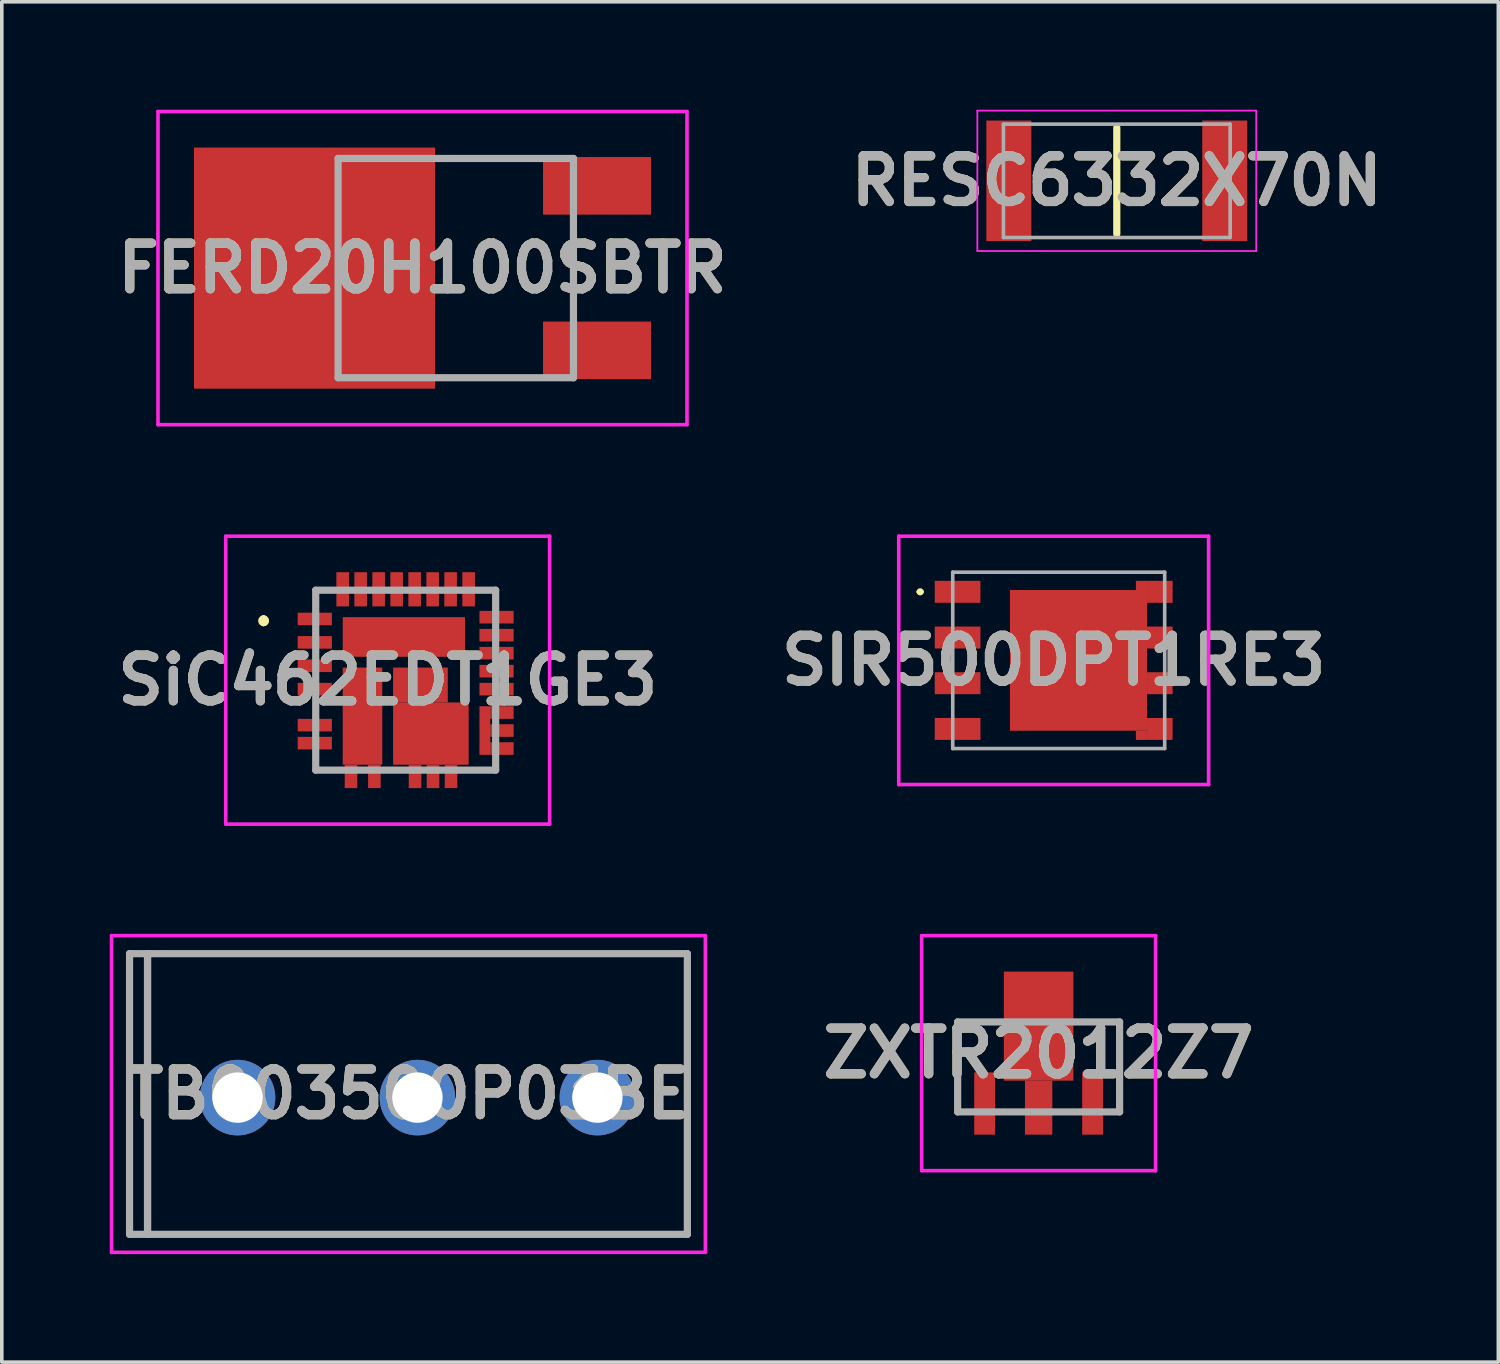
<source format=kicad_pcb>
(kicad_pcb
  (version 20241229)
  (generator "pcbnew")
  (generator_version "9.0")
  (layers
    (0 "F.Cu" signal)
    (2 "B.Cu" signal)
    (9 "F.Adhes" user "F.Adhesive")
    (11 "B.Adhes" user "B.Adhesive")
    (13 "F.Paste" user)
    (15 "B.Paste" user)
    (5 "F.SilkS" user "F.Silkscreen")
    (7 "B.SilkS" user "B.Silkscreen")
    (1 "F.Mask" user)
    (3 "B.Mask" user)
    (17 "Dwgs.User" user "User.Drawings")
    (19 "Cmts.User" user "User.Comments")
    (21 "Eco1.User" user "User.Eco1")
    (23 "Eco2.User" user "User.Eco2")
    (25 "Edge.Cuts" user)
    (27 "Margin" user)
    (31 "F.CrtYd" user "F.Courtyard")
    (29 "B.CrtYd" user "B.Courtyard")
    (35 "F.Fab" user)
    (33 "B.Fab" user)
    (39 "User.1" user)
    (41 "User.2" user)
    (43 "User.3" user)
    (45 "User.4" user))
  (footprint "TB003500P03BE"
    (layer "F.Cu")
    (at 3.55 27.45)
    (property "Reference" "TB003500P03BE" (at 4.75 -0.1 0) (layer "F.SilkS") (effects (font (size 1.27 1.27) (thickness 0.254))))
    (attr through_hole)
    (fp_line (start -2.5 -4) (end 12.5 -4) (stroke (width 0.1) (type solid)) (layer "F.SilkS"))
    (fp_line (start -2.5 3.8) (end -2.5 -4) (stroke (width 0.1) (type solid)) (layer "F.SilkS"))
    (fp_line (start 12.5 -4) (end 12.5 3.8) (stroke (width 0.1) (type solid)) (layer "F.SilkS"))
    (fp_line (start 12.5 3.8) (end -2.5 3.8) (stroke (width 0.1) (type solid)) (layer "F.SilkS"))
    (fp_line (start -3.5 -4.5) (end 13 -4.5) (stroke (width 0.1) (type solid)) (layer "F.CrtYd"))
    (fp_line (start -3.5 4.3) (end -3.5 -4.5) (stroke (width 0.1) (type solid)) (layer "F.CrtYd"))
    (fp_line (start 13 -4.5) (end 13 4.3) (stroke (width 0.1) (type solid)) (layer "F.CrtYd"))
    (fp_line (start 13 4.3) (end -3.5 4.3) (stroke (width 0.1) (type solid)) (layer "F.CrtYd"))
    (fp_line (start -3 -4) (end -3 3.8) (stroke (width 0.2) (type solid)) (layer "F.Fab"))
    (fp_line (start -3 3.8) (end -2.5 3.8) (stroke (width 0.2) (type solid)) (layer "F.Fab"))
    (fp_line (start -2.5 -4) (end -3 -4) (stroke (width 0.2) (type solid)) (layer "F.Fab"))
    (fp_line (start -2.5 -4) (end 12.5 -4) (stroke (width 0.2) (type solid)) (layer "F.Fab"))
    (fp_line (start -2.5 3.8) (end -2.5 -4) (stroke (width 0.2) (type solid)) (layer "F.Fab"))
    (fp_line (start -2.5 3.8) (end -2.5 -4) (stroke (width 0.2) (type solid)) (layer "F.Fab"))
    (fp_line (start 12.5 -4) (end 12.5 3.8) (stroke (width 0.2) (type solid)) (layer "F.Fab"))
    (fp_line (start 12.5 3.8) (end -2.5 3.8) (stroke (width 0.2) (type solid)) (layer "F.Fab"))
    (fp_text user "${REFERENCE}" (at 4.75 -0.1 0) (layer "F.Fab") (effects (font (size 1.27 1.27) (thickness 0.254))))
    (pad "1" thru_hole circle (at 0 0) (size 2.1 2.1) (drill 1.4) (layers "*.Cu" "*.Mask"))
    (pad "2" thru_hole circle (at 5 0) (size 2.1 2.1) (drill 1.4) (layers "*.Cu" "*.Mask"))
    (pad "3" thru_hole circle (at 10 0) (size 2.1 2.1) (drill 1.4) (layers "*.Cu" "*.Mask")))
  (footprint "SIR500DPT1RE3"
    (layer "F.Cu")
    (at 26.369 15.3)
    (property "Reference" "SIR500DPT1RE3" (at -0.14 0 0) (layer "F.SilkS") (effects (font (size 1.27 1.27) (thickness 0.254))))
    (attr smd)
    (fp_line (start -3.9 -1.905) (end -3.9 -1.905) (stroke (width 0.1) (type solid)) (layer "F.SilkS"))
    (fp_line (start -3.8 -1.905) (end -3.8 -1.905) (stroke (width 0.1) (type solid)) (layer "F.SilkS"))
    (fp_arc (start -3.9 -1.905) (mid -3.85 -1.955) (end -3.8 -1.905) (stroke (width 0.1) (type solid)) (layer "F.SilkS"))
    (fp_arc (start -3.8 -1.905) (mid -3.85 -1.855) (end -3.9 -1.905) (stroke (width 0.1) (type solid)) (layer "F.SilkS"))
    (fp_line (start -4.445 -3.45) (end 4.165 -3.45) (stroke (width 0.1) (type solid)) (layer "F.CrtYd"))
    (fp_line (start -4.445 3.45) (end -4.445 -3.45) (stroke (width 0.1) (type solid)) (layer "F.CrtYd"))
    (fp_line (start 4.165 -3.45) (end 4.165 3.45) (stroke (width 0.1) (type solid)) (layer "F.CrtYd"))
    (fp_line (start 4.165 3.45) (end -4.445 3.45) (stroke (width 0.1) (type solid)) (layer "F.CrtYd"))
    (fp_line (start -2.945 -2.45) (end 2.945 -2.45) (stroke (width 0.1) (type solid)) (layer "F.Fab"))
    (fp_line (start -2.945 2.45) (end -2.945 -2.45) (stroke (width 0.1) (type solid)) (layer "F.Fab"))
    (fp_line (start 2.945 -2.45) (end 2.945 2.45) (stroke (width 0.1) (type solid)) (layer "F.Fab"))
    (fp_line (start 2.945 2.45) (end -2.945 2.45) (stroke (width 0.1) (type solid)) (layer "F.Fab"))
    (fp_text user "${REFERENCE}" (at -0.14 0 0) (layer "F.Fab") (effects (font (size 1.27 1.27) (thickness 0.254))))
    (pad "1" smd rect (at -2.81 -1.905 90) (size 0.61 1.27) (layers "F.Cu" "F.Mask" "F.Paste"))
    (pad "2" smd rect (at -2.81 -0.635 90) (size 0.61 1.27) (layers "F.Cu" "F.Mask" "F.Paste"))
    (pad "3" smd rect (at -2.81 0.635 90) (size 0.61 1.27) (layers "F.Cu" "F.Mask" "F.Paste"))
    (pad "4" smd rect (at -2.81 1.905 90) (size 0.61 1.27) (layers "F.Cu" "F.Mask" "F.Paste"))
    (pad "5" smd rect (at 2.81 1.905 90) (size 0.61 0.71) (layers "F.Cu" "F.Mask" "F.Paste"))
    (pad "6" smd rect (at 2.81 0.635 90) (size 0.61 0.71) (layers "F.Cu" "F.Mask" "F.Paste"))
    (pad "7" smd rect (at 2.81 -0.635 90) (size 0.61 0.71) (layers "F.Cu" "F.Mask" "F.Paste"))
    (pad "8" smd rect (at 2.81 -1.905 90) (size 0.61 0.71) (layers "F.Cu" "F.Mask" "F.Paste"))
    (pad "9" smd rect (at 0.55 0) (size 3.81 3.91) (layers "F.Cu" "F.Mask" "F.Paste"))
    (pad "10" smd rect (at 2.3 2.083 90) (size 0.255 0.31) (layers "F.Cu" "F.Mask" "F.Paste"))
    (pad "11" smd rect (at 2.3 -2.083 90) (size 0.255 0.31) (layers "F.Cu" "F.Mask" "F.Paste")))
  (footprint "FERD20H100SBTR"
    (layer "F.Cu")
    (at 9.615 4.4)
    (property "Reference" "FERD20H100SBTR" (at -0.925 0 0) (layer "F.SilkS") (effects (font (size 1.27 1.27) (thickness 0.254))))
    (attr smd)
    (fp_line (start -0.4 -3.047) (end 2.2 -3.047) (stroke (width 0.1) (type solid)) (layer "F.SilkS"))
    (fp_line (start -0.4 3.047) (end 2.2 3.047) (stroke (width 0.1) (type solid)) (layer "F.SilkS"))
    (fp_line (start 3.27 -1.25) (end 3.27 1.25) (stroke (width 0.1) (type solid)) (layer "F.SilkS"))
    (fp_line (start -8.275 -4.35) (end 6.425 -4.35) (stroke (width 0.1) (type solid)) (layer "F.CrtYd"))
    (fp_line (start -8.275 4.35) (end -8.275 -4.35) (stroke (width 0.1) (type solid)) (layer "F.CrtYd"))
    (fp_line (start 6.425 -4.35) (end 6.425 4.35) (stroke (width 0.1) (type solid)) (layer "F.CrtYd"))
    (fp_line (start 6.425 4.35) (end -8.275 4.35) (stroke (width 0.1) (type solid)) (layer "F.CrtYd"))
    (fp_line (start -3.27 -3.047) (end 3.27 -3.047) (stroke (width 0.2) (type solid)) (layer "F.Fab"))
    (fp_line (start -3.27 3.047) (end -3.27 -3.047) (stroke (width 0.2) (type solid)) (layer "F.Fab"))
    (fp_line (start 3.27 -3.047) (end 3.27 3.047) (stroke (width 0.2) (type solid)) (layer "F.Fab"))
    (fp_line (start 3.27 3.047) (end -3.27 3.047) (stroke (width 0.2) (type solid)) (layer "F.Fab"))
    (fp_text user "${REFERENCE}" (at -0.925 0 0) (layer "F.Fab") (effects (font (size 1.27 1.27) (thickness 0.254))))
    (pad "1" smd rect (at 3.925 2.286 90) (size 1.6 3) (layers "F.Cu" "F.Mask" "F.Paste"))
    (pad "2" smd rect (at -3.925 0 90) (size 6.7 6.7) (layers "F.Cu" "F.Mask" "F.Paste"))
    (pad "3" smd rect (at 3.925 -2.286 90) (size 1.6 3) (layers "F.Cu" "F.Mask" "F.Paste")))
  (footprint "ZXTR2012Z7"
    (layer "F.Cu")
    (at 25.811 26.597)
    (property "Reference" "ZXTR2012Z7" (at 0 -0.383 0) (layer "F.SilkS") (effects (font (size 1.27 1.27) (thickness 0.254))))
    (attr smd)
    (fp_line (start -2.25 -1.25) (end -2.25 1.2) (stroke (width 0.1) (type solid)) (layer "F.SilkS"))
    (fp_line (start -1.2 -1.25) (end -2.25 -1.25) (stroke (width 0.1) (type solid)) (layer "F.SilkS"))
    (fp_line (start 1.2 -1.25) (end 2.25 -1.25) (stroke (width 0.1) (type solid)) (layer "F.SilkS"))
    (fp_line (start 2.25 -1.25) (end 2.25 1.2) (stroke (width 0.1) (type solid)) (layer "F.SilkS"))
    (fp_line (start -3.25 -3.647) (end 3.25 -3.647) (stroke (width 0.1) (type solid)) (layer "F.CrtYd"))
    (fp_line (start -3.25 2.883) (end -3.25 -3.647) (stroke (width 0.1) (type solid)) (layer "F.CrtYd"))
    (fp_line (start 3.25 -3.647) (end 3.25 2.883) (stroke (width 0.1) (type solid)) (layer "F.CrtYd"))
    (fp_line (start 3.25 2.883) (end -3.25 2.883) (stroke (width 0.1) (type solid)) (layer "F.CrtYd"))
    (fp_line (start -2.25 -1.25) (end 2.25 -1.25) (stroke (width 0.2) (type solid)) (layer "F.Fab"))
    (fp_line (start -2.25 1.25) (end -2.25 -1.25) (stroke (width 0.2) (type solid)) (layer "F.Fab"))
    (fp_line (start 2.25 -1.25) (end 2.25 1.25) (stroke (width 0.2) (type solid)) (layer "F.Fab"))
    (fp_line (start 2.25 1.25) (end -2.25 1.25) (stroke (width 0.2) (type solid)) (layer "F.Fab"))
    (fp_text user "${REFERENCE}" (at 0 -0.383 0) (layer "F.Fab") (effects (font (size 1.27 1.27) (thickness 0.254))))
    (pad "1" smd rect (at -1.5 1.017) (size 0.58 1.73) (layers "F.Cu" "F.Mask" "F.Paste"))
    (pad "2" smd rect (at 0 1.132) (size 0.76 1.5) (layers "F.Cu" "F.Mask" "F.Paste"))
    (pad "3" smd rect (at 1.5 1.017) (size 0.58 1.73) (layers "F.Cu" "F.Mask" "F.Paste"))
    (pad "4" smd rect (at 0 -1.133) (size 1.933 3.03) (layers "F.Cu" "F.Mask" "F.Paste")))
  (footprint "SiC462EDT1GE3"
    (layer "F.Cu")
    (at 8.223 16.47)
    (property "Reference" "SiC462EDT1GE3" (at -0.5 -0.62 0) (layer "F.SilkS") (effects (font (size 1.27 1.27) (thickness 0.254))))
    (attr smd)
    (fp_line (start -3.95 -2.32) (end -3.95 -2.32) (stroke (width 0.2) (type solid)) (layer "F.SilkS"))
    (fp_line (start -3.95 -2.22) (end -3.95 -2.22) (stroke (width 0.2) (type solid)) (layer "F.SilkS"))
    (fp_line (start -3.95 -2.22) (end -3.95 -2.22) (stroke (width 0.2) (type solid)) (layer "F.SilkS"))
    (fp_arc (start -3.95 -2.32) (mid -3.9 -2.27) (end -3.95 -2.22) (stroke (width 0.2) (type solid)) (layer "F.SilkS"))
    (fp_arc (start -3.95 -2.32) (mid -3.9 -2.27) (end -3.95 -2.22) (stroke (width 0.2) (type solid)) (layer "F.SilkS"))
    (fp_arc (start -3.95 -2.22) (mid -4 -2.27) (end -3.95 -2.32) (stroke (width 0.2) (type solid)) (layer "F.SilkS"))
    (fp_line (start -5 -4.62) (end 4 -4.62) (stroke (width 0.1) (type solid)) (layer "F.CrtYd"))
    (fp_line (start -5 3.38) (end -5 -4.62) (stroke (width 0.1) (type solid)) (layer "F.CrtYd"))
    (fp_line (start 4 -4.62) (end 4 3.38) (stroke (width 0.1) (type solid)) (layer "F.CrtYd"))
    (fp_line (start 4 3.38) (end -5 3.38) (stroke (width 0.1) (type solid)) (layer "F.CrtYd"))
    (fp_line (start -2.5 -3.12) (end -2.5 1.88) (stroke (width 0.2) (type solid)) (layer "F.Fab"))
    (fp_line (start -2.5 1.88) (end 2.5 1.88) (stroke (width 0.2) (type solid)) (layer "F.Fab"))
    (fp_line (start 2.5 -3.12) (end -2.5 -3.12) (stroke (width 0.2) (type solid)) (layer "F.Fab"))
    (fp_line (start 2.5 1.88) (end 2.5 -3.12) (stroke (width 0.2) (type solid)) (layer "F.Fab"))
    (fp_text user "${REFERENCE}" (at -0.5 -0.62 0) (layer "F.Fab") (effects (font (size 1.27 1.27) (thickness 0.254))))
    (pad "1" smd rect (at -2.526 -2.32 90) (size 0.35 0.95) (layers "F.Cu" "F.Mask" "F.Paste"))
    (pad "2" smd rect (at -2.526 -1.67 90) (size 0.35 0.95) (layers "F.Cu" "F.Mask" "F.Paste"))
    (pad "3" smd rect (at -2.526 -1.02 90) (size 0.35 0.95) (layers "F.Cu" "F.Mask" "F.Paste"))
    (pad "4" smd rect (at -2.526 -0.37 90) (size 0.35 0.95) (layers "F.Cu" "F.Mask" "F.Paste"))
    (pad "5" smd rect (at -2.526 0.63 90) (size 0.35 0.95) (layers "F.Cu" "F.Mask" "F.Paste"))
    (pad "6" smd rect (at -2.526 1.13 90) (size 0.35 0.95) (layers "F.Cu" "F.Mask" "F.Paste"))
    (pad "7" smd rect (at -1.52 2.055) (size 0.35 0.65) (layers "F.Cu" "F.Mask" "F.Paste"))
    (pad "8" smd rect (at -0.87 2.055) (size 0.35 0.65) (layers "F.Cu" "F.Mask" "F.Paste"))
    (pad "9" smd rect (at 0.26 2.055) (size 0.35 0.65) (layers "F.Cu" "F.Mask" "F.Paste"))
    (pad "10" smd rect (at 0.76 2.055) (size 0.35 0.65) (layers "F.Cu" "F.Mask" "F.Paste"))
    (pad "11" smd rect (at 1.26 2.055) (size 0.35 0.65) (layers "F.Cu" "F.Mask" "F.Paste"))
    (pad "12" smd rect (at 2.675 1.28 90) (size 0.35 0.65) (layers "F.Cu" "F.Mask" "F.Paste"))
    (pad "13" smd rect (at 2.675 0.78 90) (size 0.35 0.65) (layers "F.Cu" "F.Mask" "F.Paste"))
    (pad "14" smd rect (at 2.675 0.28 90) (size 0.35 0.65) (layers "F.Cu" "F.Mask" "F.Paste"))
    (pad "15" smd rect (at 2.525 -0.37 90) (size 0.35 0.95) (layers "F.Cu" "F.Mask" "F.Paste"))
    (pad "16" smd rect (at 2.525 -0.87 90) (size 0.35 0.95) (layers "F.Cu" "F.Mask" "F.Paste"))
    (pad "17" smd rect (at 2.525 -1.37 90) (size 0.35 0.95) (layers "F.Cu" "F.Mask" "F.Paste"))
    (pad "18" smd rect (at 2.525 -1.87 90) (size 0.35 0.95) (layers "F.Cu" "F.Mask" "F.Paste"))
    (pad "19" smd rect (at 2.525 -2.37 90) (size 0.35 0.95) (layers "F.Cu" "F.Mask" "F.Paste"))
    (pad "20" smd rect (at 1.749 -3.145) (size 0.35 0.95) (layers "F.Cu" "F.Mask" "F.Paste"))
    (pad "21" smd rect (at 1.249 -3.145) (size 0.35 0.95) (layers "F.Cu" "F.Mask" "F.Paste"))
    (pad "22" smd rect (at 0.749 -3.145) (size 0.35 0.95) (layers "F.Cu" "F.Mask" "F.Paste"))
    (pad "23" smd rect (at 0.249 -3.145) (size 0.35 0.95) (layers "F.Cu" "F.Mask" "F.Paste"))
    (pad "24" smd rect (at -0.251 -3.145) (size 0.35 0.95) (layers "F.Cu" "F.Mask" "F.Paste"))
    (pad "25" smd rect (at -0.751 -3.145) (size 0.35 0.95) (layers "F.Cu" "F.Mask" "F.Paste"))
    (pad "26" smd rect (at -1.251 -3.145) (size 0.35 0.95) (layers "F.Cu" "F.Mask" "F.Paste"))
    (pad "27" smd rect (at -1.751 -3.145) (size 0.35 0.95) (layers "F.Cu" "F.Mask" "F.Paste"))
    (pad "28" smd rect (at -0.05 -1.82 90) (size 1.1 3.4) (layers "F.Cu" "F.Mask" "F.Paste"))
    (pad "29" smd rect (at -1.2 0.38) (size 1.1 2.7) (layers "F.Cu" "F.Mask" "F.Paste"))
    (pad "30" smd rect (at 0.7 0.865 90) (size 1.73 2.1) (layers "F.Cu" "F.Mask" "F.Paste"))
    (pad "31" smd rect (at 0.41 -0.485 90) (size 0.97 1.52) (layers "F.Cu" "F.Mask" "F.Paste"))
    (pad "32" smd rect (at 2.2 0.78) (size 0.3 1.35) (layers "F.Cu" "F.Mask" "F.Paste")))
  (footprint "RESC6332X70N"
    (layer "F.Cu")
    (at 27.983 1.975)
    (property "Reference" "RESC6332X70N" (at 0 0 0) (layer "F.SilkS") (effects (font (size 1.27 1.27) (thickness 0.254))))
    (attr smd)
    (fp_line (start 0 -1.475) (end 0 1.475) (stroke (width 0.2) (type solid)) (layer "F.SilkS"))
    (fp_line (start -3.875 -1.95) (end 3.875 -1.95) (stroke (width 0.05) (type solid)) (layer "F.CrtYd"))
    (fp_line (start -3.875 1.95) (end -3.875 -1.95) (stroke (width 0.05) (type solid)) (layer "F.CrtYd"))
    (fp_line (start 3.875 -1.95) (end 3.875 1.95) (stroke (width 0.05) (type solid)) (layer "F.CrtYd"))
    (fp_line (start 3.875 1.95) (end -3.875 1.95) (stroke (width 0.05) (type solid)) (layer "F.CrtYd"))
    (fp_line (start -3.15 -1.575) (end 3.15 -1.575) (stroke (width 0.1) (type solid)) (layer "F.Fab"))
    (fp_line (start -3.15 1.575) (end -3.15 -1.575) (stroke (width 0.1) (type solid)) (layer "F.Fab"))
    (fp_line (start 3.15 -1.575) (end 3.15 1.575) (stroke (width 0.1) (type solid)) (layer "F.Fab"))
    (fp_line (start 3.15 1.575) (end -3.15 1.575) (stroke (width 0.1) (type solid)) (layer "F.Fab"))
    (fp_text user "${REFERENCE}" (at 0 0 0) (layer "F.Fab") (effects (font (size 1.27 1.27) (thickness 0.254))))
    (pad "1" smd rect (at -3 0) (size 1.25 3.35) (layers "F.Cu" "F.Mask" "F.Paste"))
    (pad "2" smd rect (at 3 0) (size 1.25 3.35) (layers "F.Cu" "F.Mask" "F.Paste")))
  (gr_rect
    (start -3 -3)
    (end 38.585 34.8)
    (stroke (width 0.1) (type default))
    (fill no)
    (layer "Edge.Cuts")))
</source>
